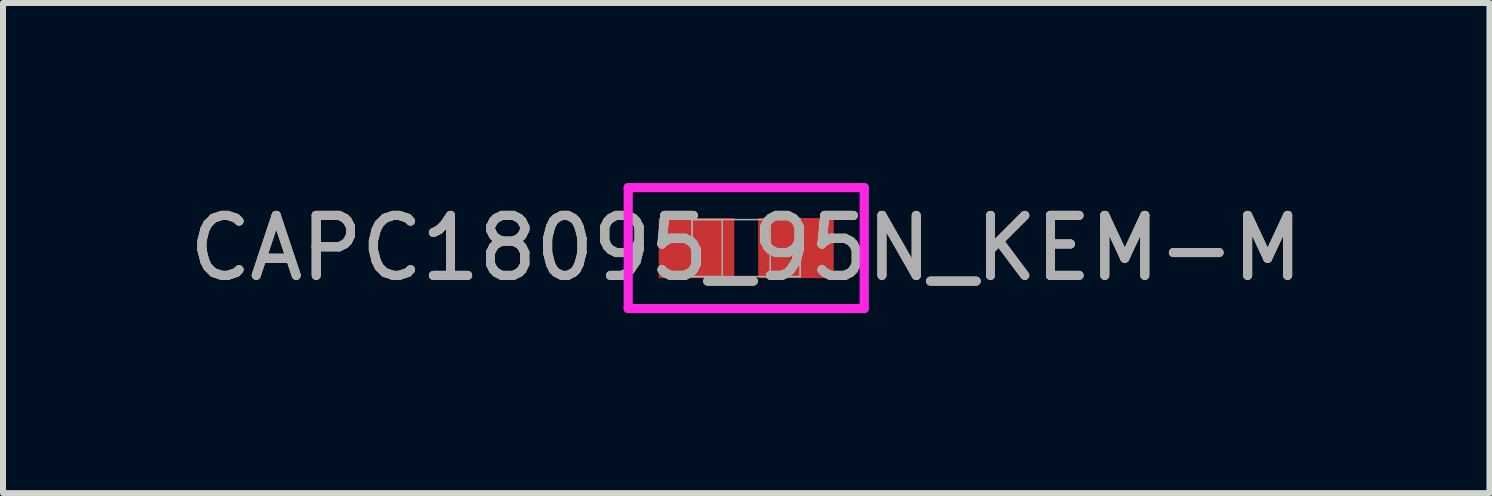
<source format=kicad_pcb>
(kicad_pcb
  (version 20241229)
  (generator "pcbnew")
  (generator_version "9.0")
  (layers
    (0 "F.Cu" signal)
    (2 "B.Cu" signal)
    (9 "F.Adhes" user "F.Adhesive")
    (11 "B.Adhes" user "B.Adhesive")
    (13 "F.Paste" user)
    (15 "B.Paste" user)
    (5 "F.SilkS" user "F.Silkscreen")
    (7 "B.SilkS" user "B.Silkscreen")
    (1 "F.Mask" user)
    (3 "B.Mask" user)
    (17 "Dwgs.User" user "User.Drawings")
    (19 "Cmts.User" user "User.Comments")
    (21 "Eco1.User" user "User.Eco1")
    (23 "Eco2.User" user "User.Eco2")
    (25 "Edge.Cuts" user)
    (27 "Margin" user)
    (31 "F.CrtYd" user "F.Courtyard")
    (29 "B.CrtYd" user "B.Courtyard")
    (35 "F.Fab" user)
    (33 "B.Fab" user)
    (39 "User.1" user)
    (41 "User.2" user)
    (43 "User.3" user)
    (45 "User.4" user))
  (footprint "CAPC18095_95N_KEM-M"
    (layer "F.Cu")
    (at 9.387 1.085)
    (property "Reference" "CAPC18095_95N_KEM-M" (at 0 0 0) (unlocked yes) (layer "F.SilkS") (effects (font (size 1 1) (thickness 0.15))))
    (attr smd)
    (fp_line (start -1.967 -1.008) (end 1.967 -1.008) (stroke (width 0.152) (type solid)) (layer "F.CrtYd"))
    (fp_line (start -1.967 1.008) (end -1.967 -1.008) (stroke (width 0.152) (type solid)) (layer "F.CrtYd"))
    (fp_line (start 1.967 -1.008) (end 1.967 1.008) (stroke (width 0.152) (type solid)) (layer "F.CrtYd"))
    (fp_line (start 1.967 1.008) (end -1.967 1.008) (stroke (width 0.152) (type solid)) (layer "F.CrtYd"))
    (fp_line (start -0.9 -0.475) (end -0.9 0.475) (stroke (width 0.025) (type solid)) (layer "F.Fab"))
    (fp_line (start -0.9 -0.475) (end -0.9 0.475) (stroke (width 0.025) (type solid)) (layer "F.Fab"))
    (fp_line (start -0.9 0.475) (end -0.4 0.475) (stroke (width 0.025) (type solid)) (layer "F.Fab"))
    (fp_line (start -0.9 0.475) (end 0.9 0.475) (stroke (width 0.025) (type solid)) (layer "F.Fab"))
    (fp_line (start -0.4 -0.475) (end -0.9 -0.475) (stroke (width 0.025) (type solid)) (layer "F.Fab"))
    (fp_line (start -0.4 0.475) (end -0.4 -0.475) (stroke (width 0.025) (type solid)) (layer "F.Fab"))
    (fp_line (start 0.4 -0.475) (end 0.4 0.475) (stroke (width 0.025) (type solid)) (layer "F.Fab"))
    (fp_line (start 0.4 0.475) (end 0.9 0.475) (stroke (width 0.025) (type solid)) (layer "F.Fab"))
    (fp_line (start 0.9 -0.475) (end -0.9 -0.475) (stroke (width 0.025) (type solid)) (layer "F.Fab"))
    (fp_line (start 0.9 -0.475) (end 0.4 -0.475) (stroke (width 0.025) (type solid)) (layer "F.Fab"))
    (fp_line (start 0.9 0.475) (end 0.9 -0.475) (stroke (width 0.025) (type solid)) (layer "F.Fab"))
    (fp_line (start 0.9 0.475) (end 0.9 -0.475) (stroke (width 0.025) (type solid)) (layer "F.Fab"))
    (fp_text user "${REFERENCE}" (at 0 0 0) (unlocked yes) (layer "F.Fab") (effects (font (size 1 1) (thickness 0.15))))
    (pad "1" smd rect (at -0.829 0) (size 1.259 1.001) (layers "F.Cu" "F.Mask" "F.Paste"))
    (pad "2" smd rect (at 0.829 0) (size 1.259 1.001) (layers "F.Cu" "F.Mask" "F.Paste"))
    (zone (net_name "") (layer "F.Cu") (hatch full 0.508) (connect_pads) (min_thickness 0.254) (filled_areas_thickness no) (keepout (tracks not_allowed) (vias not_allowed) (pads allowed) (copperpour not_allowed) (footprints allowed)) (placement (enabled no)) (fill) (polygon (pts (xy 9.238 0.66) (xy 9.536 0.66) (xy 9.536 1.509) (xy 9.238 1.509)))))
  (gr_rect
    (start -3 -3)
    (end 21.774 5.169)
    (stroke (width 0.1) (type default))
    (fill no)
    (layer "Edge.Cuts")))
</source>
